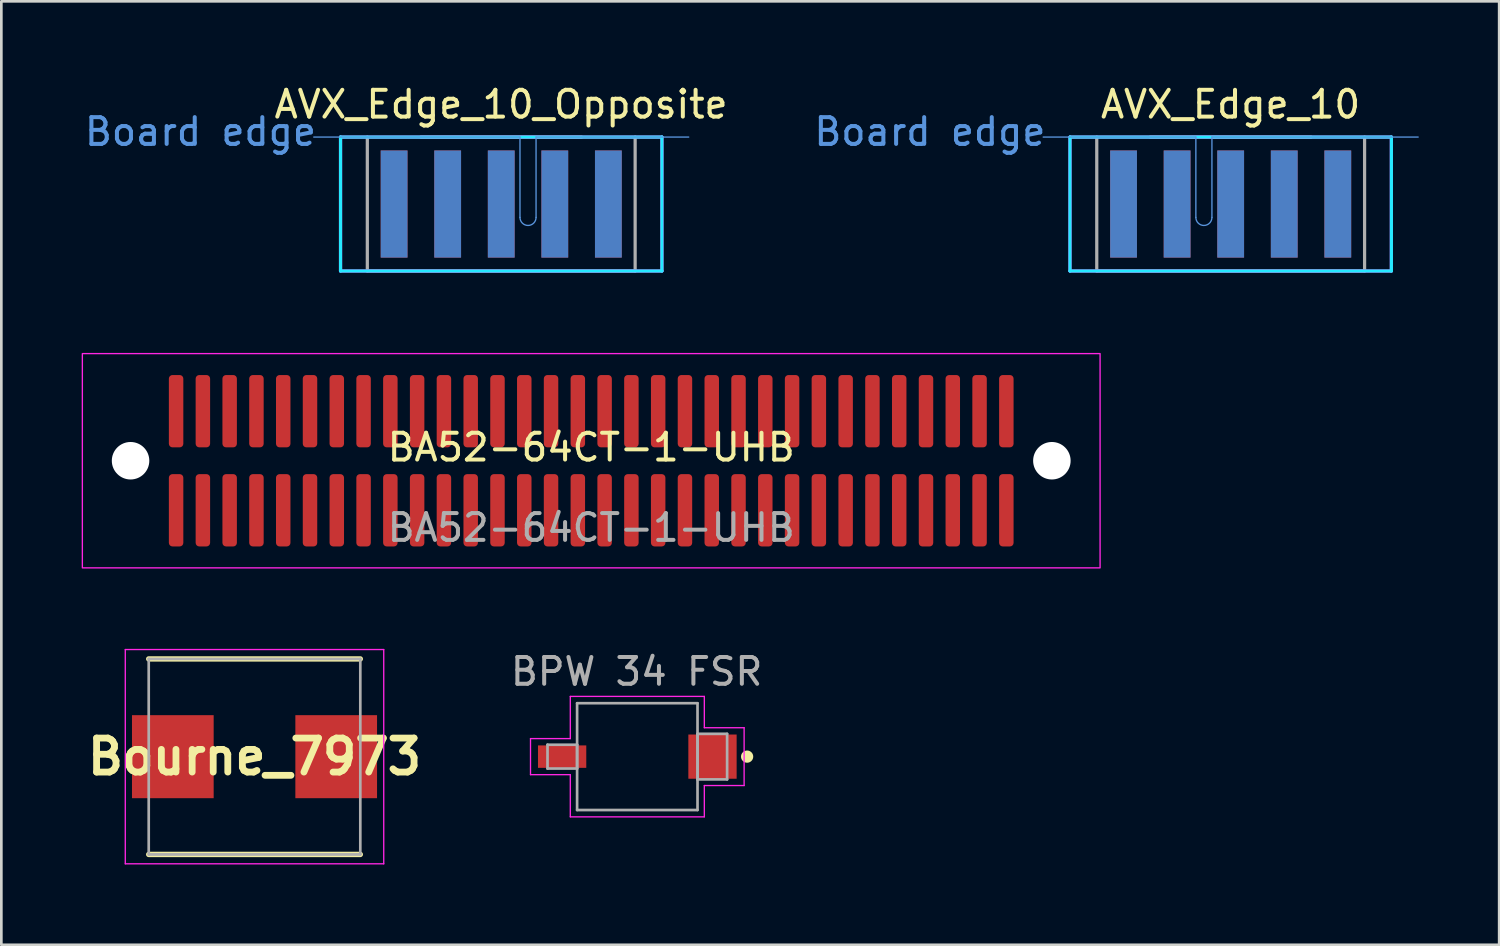
<source format=kicad_pcb>
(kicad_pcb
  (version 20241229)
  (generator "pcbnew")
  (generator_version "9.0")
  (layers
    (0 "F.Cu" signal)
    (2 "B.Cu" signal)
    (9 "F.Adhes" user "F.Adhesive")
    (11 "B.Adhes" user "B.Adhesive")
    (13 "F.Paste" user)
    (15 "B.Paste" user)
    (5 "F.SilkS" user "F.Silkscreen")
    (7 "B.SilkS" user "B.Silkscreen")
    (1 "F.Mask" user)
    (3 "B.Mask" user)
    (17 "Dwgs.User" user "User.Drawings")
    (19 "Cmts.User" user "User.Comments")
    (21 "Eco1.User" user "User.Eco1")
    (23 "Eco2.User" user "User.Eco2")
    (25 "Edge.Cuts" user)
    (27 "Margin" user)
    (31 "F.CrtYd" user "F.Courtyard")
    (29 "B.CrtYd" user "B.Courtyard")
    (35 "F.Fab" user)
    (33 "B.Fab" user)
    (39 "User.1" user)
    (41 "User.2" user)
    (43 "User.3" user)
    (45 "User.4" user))
  (footprint "AVX_Edge_10_Opposite"
    (layer "F.Cu")
    (at 15.665 4.568)
    (property "Reference" "AVX_Edge_10_Opposite" (at -0.005 -3.72 0) (layer "F.SilkS") (effects (font (size 1 1) (thickness 0.15))))
    (attr through_hole)
    (fp_line (start -7 -2.5) (end 0.7 -2.5) (stroke (width 0.05) (type solid)) (layer "Cmts.User"))
    (fp_line (start 0.7 -2.5) (end 0.7 0.5) (stroke (width 0.05) (type solid)) (layer "Cmts.User"))
    (fp_line (start 1.3 -2.5) (end 1.3 0.5) (stroke (width 0.05) (type solid)) (layer "Cmts.User"))
    (fp_line (start 1.3 -2.5) (end 7 -2.5) (stroke (width 0.05) (type solid)) (layer "Cmts.User"))
    (fp_arc (start 1.3 0.5) (mid 1 0.8) (end 0.7 0.5) (stroke (width 0.05) (type solid)) (layer "Cmts.User"))
    (fp_line (start -6 -2.5) (end 6 -2.5) (stroke (width 0.12) (type solid)) (layer "B.CrtYd"))
    (fp_line (start -6 2.5) (end -6 -2.5) (stroke (width 0.12) (type solid)) (layer "B.CrtYd"))
    (fp_line (start -6 2.5) (end 6 2.5) (stroke (width 0.12) (type solid)) (layer "B.CrtYd"))
    (fp_line (start 6 2.5) (end 6 -2.5) (stroke (width 0.12) (type solid)) (layer "B.CrtYd"))
    (fp_line (start -6 -2.5) (end 6 -2.5) (stroke (width 0.12) (type solid)) (layer "F.CrtYd"))
    (fp_line (start -6 2.5) (end -6 -2.5) (stroke (width 0.12) (type solid)) (layer "F.CrtYd"))
    (fp_line (start -6 2.5) (end 6 2.5) (stroke (width 0.12) (type solid)) (layer "F.CrtYd"))
    (fp_line (start 6 2.5) (end 6 -2.5) (stroke (width 0.12) (type solid)) (layer "F.CrtYd"))
    (fp_line (start -5 2.5) (end -5 -2.5) (stroke (width 0.12) (type solid)) (layer "F.Fab"))
    (fp_line (start -3 -2.5) (end 3 -2.5) (stroke (width 0.12) (type solid)) (layer "F.Fab"))
    (fp_line (start 5 -2.5) (end 5 2.5) (stroke (width 0.12) (type solid)) (layer "F.Fab"))
    (fp_line (start 5 2.5) (end -5 2.5) (stroke (width 0.12) (type solid)) (layer "F.Fab"))
    (fp_text user "Board edge" (at -11.23 -2.7 0) (layer "Cmts.User") (effects (font (size 1 1) (thickness 0.15))))
    (pad "1" connect rect (at 4 0) (size 1 4) (layers "F.Cu" "F.Mask"))
    (pad "2" connect rect (at 2 0) (size 1 4) (layers "F.Cu" "F.Mask"))
    (pad "3" connect rect (at 0 0) (size 1 4) (layers "F.Cu" "F.Mask"))
    (pad "4" connect rect (at -2 0) (size 1 4) (layers "F.Cu" "F.Mask"))
    (pad "5" connect rect (at -4 0) (size 1 4) (layers "F.Cu" "F.Mask"))
    (pad "6" connect rect (at 4 0) (size 1 4) (layers "B.Cu" "B.Mask"))
    (pad "7" connect rect (at 2 0) (size 1 4) (layers "B.Cu" "B.Mask"))
    (pad "8" connect rect (at 0 0) (size 1 4) (layers "B.Cu" "B.Mask"))
    (pad "9" connect rect (at -2 0) (size 1 4) (layers "B.Cu" "B.Mask"))
    (pad "10" connect rect (at -4 0) (size 1 4) (layers "B.Cu" "B.Mask")))
  (footprint "AVX_Edge_10"
    (layer "F.Cu")
    (at 42.901 4.568)
    (property "Reference" "AVX_Edge_10" (at -0.005 -3.72 0) (layer "F.SilkS") (effects (font (size 1 1) (thickness 0.15))))
    (attr through_hole)
    (fp_line (start -7 -2.5) (end -1.3 -2.5) (stroke (width 0.05) (type solid)) (layer "Cmts.User"))
    (fp_line (start -1.3 -2.5) (end -1.3 0.5) (stroke (width 0.05) (type solid)) (layer "Cmts.User"))
    (fp_line (start -0.7 -2.5) (end -0.7 0.5) (stroke (width 0.05) (type solid)) (layer "Cmts.User"))
    (fp_line (start -0.7 -2.5) (end 7 -2.5) (stroke (width 0.05) (type solid)) (layer "Cmts.User"))
    (fp_arc (start -0.7 0.5) (mid -1 0.8) (end -1.3 0.5) (stroke (width 0.05) (type solid)) (layer "Cmts.User"))
    (fp_line (start -6 -2.5) (end 6 -2.5) (stroke (width 0.12) (type solid)) (layer "B.CrtYd"))
    (fp_line (start -6 2.5) (end -6 -2.5) (stroke (width 0.12) (type solid)) (layer "B.CrtYd"))
    (fp_line (start -6 2.5) (end 6 2.5) (stroke (width 0.12) (type solid)) (layer "B.CrtYd"))
    (fp_line (start 6 2.5) (end 6 -2.5) (stroke (width 0.12) (type solid)) (layer "B.CrtYd"))
    (fp_line (start -6 -2.5) (end 6 -2.5) (stroke (width 0.12) (type solid)) (layer "F.CrtYd"))
    (fp_line (start -6 2.5) (end -6 -2.5) (stroke (width 0.12) (type solid)) (layer "F.CrtYd"))
    (fp_line (start -6 2.5) (end 6 2.5) (stroke (width 0.12) (type solid)) (layer "F.CrtYd"))
    (fp_line (start 6 2.5) (end 6 -2.5) (stroke (width 0.12) (type solid)) (layer "F.CrtYd"))
    (fp_line (start -5 2.5) (end -5 -2.5) (stroke (width 0.12) (type solid)) (layer "F.Fab"))
    (fp_line (start -3 -2.5) (end 3 -2.5) (stroke (width 0.12) (type solid)) (layer "F.Fab"))
    (fp_line (start 5 -2.5) (end 5 2.5) (stroke (width 0.12) (type solid)) (layer "F.Fab"))
    (fp_line (start 5 2.5) (end -5 2.5) (stroke (width 0.12) (type solid)) (layer "F.Fab"))
    (fp_text user "Board edge" (at -11.23 -2.7 0) (layer "Cmts.User") (effects (font (size 1 1) (thickness 0.15))))
    (pad "1" connect rect (at -4 0) (size 1 4) (layers "F.Cu" "F.Mask"))
    (pad "2" connect rect (at -2 0) (size 1 4) (layers "F.Cu" "F.Mask"))
    (pad "3" connect rect (at 0 0) (size 1 4) (layers "F.Cu" "F.Mask"))
    (pad "4" connect rect (at 2 0) (size 1 4) (layers "F.Cu" "F.Mask"))
    (pad "5" connect rect (at 4 0) (size 1 4) (layers "F.Cu" "F.Mask"))
    (pad "6" connect rect (at -4 0) (size 1 4) (layers "B.Cu" "B.Mask"))
    (pad "7" connect rect (at -2 0) (size 1 4) (layers "B.Cu" "B.Mask"))
    (pad "8" connect rect (at 0 0) (size 1 4) (layers "B.Cu" "B.Mask"))
    (pad "9" connect rect (at 2 0) (size 1 4) (layers "B.Cu" "B.Mask"))
    (pad "10" connect rect (at 4 0) (size 1 4) (layers "B.Cu" "B.Mask")))
  (footprint "Bourne_7973"
    (layer "F.Cu")
    (at 6.453 25.203)
    (property "Reference" "Bourne_7973" (at 0 0 0) (layer "F.SilkS") (effects (font (size 1.27 1.27) (thickness 0.254))))
    (attr smd)
    (fp_line (start -3.95 3.65) (end 3.95 3.65) (stroke (width 0.2) (type solid)) (layer "F.SilkS"))
    (fp_line (start 3.95 -3.65) (end -3.95 -3.65) (stroke (width 0.2) (type solid)) (layer "F.SilkS"))
    (fp_line (start -4.825 -4) (end 4.825 -4) (stroke (width 0.05) (type solid)) (layer "F.CrtYd"))
    (fp_line (start -4.825 4) (end -4.825 -4) (stroke (width 0.05) (type solid)) (layer "F.CrtYd"))
    (fp_line (start 4.825 -4) (end 4.825 4) (stroke (width 0.05) (type solid)) (layer "F.CrtYd"))
    (fp_line (start 4.825 4) (end -4.825 4) (stroke (width 0.05) (type solid)) (layer "F.CrtYd"))
    (fp_line (start -3.95 -3.65) (end 3.95 -3.65) (stroke (width 0.1) (type solid)) (layer "F.Fab"))
    (fp_line (start -3.95 3.65) (end -3.95 -3.65) (stroke (width 0.1) (type solid)) (layer "F.Fab"))
    (fp_line (start 3.95 -3.65) (end 3.95 3.65) (stroke (width 0.1) (type solid)) (layer "F.Fab"))
    (fp_line (start 3.95 3.65) (end -3.95 3.65) (stroke (width 0.1) (type solid)) (layer "F.Fab"))
    (pad "1" smd rect (at -3.05 0) (size 3.05 3.1) (layers "F.Cu" "F.Mask" "F.Paste"))
    (pad "2" smd rect (at 3.05 0) (size 3.05 3.1) (layers "F.Cu" "F.Mask" "F.Paste")))
  (footprint "BPW 34 FSR"
    (layer "F.Cu")
    (at 20.746 25.201)
    (property "Reference" "BPW 34 FSR" (at -0.025 -3.175 0) (layer "F.Fab") (effects (font (size 1 1) (thickness 0.15))))
    (attr smd)
    (fp_circle (center 4.1 0) (end 4.268 0) (stroke (width 0.12) (type solid)) (fill yes) (layer "F.SilkS"))
    (fp_line (start -3.988 -0.673) (end -2.502 -0.673) (stroke (width 0.05) (type solid)) (layer "F.CrtYd"))
    (fp_line (start -3.988 0.673) (end -3.988 -0.673) (stroke (width 0.05) (type solid)) (layer "F.CrtYd"))
    (fp_line (start -2.502 -2.248) (end 2.502 -2.248) (stroke (width 0.05) (type solid)) (layer "F.CrtYd"))
    (fp_line (start -2.502 -0.673) (end -2.502 -2.248) (stroke (width 0.05) (type solid)) (layer "F.CrtYd"))
    (fp_line (start -2.502 0.673) (end -3.988 0.673) (stroke (width 0.05) (type solid)) (layer "F.CrtYd"))
    (fp_line (start -2.502 2.248) (end -2.502 0.673) (stroke (width 0.05) (type solid)) (layer "F.CrtYd"))
    (fp_line (start 2.502 -2.248) (end 2.502 -1.079) (stroke (width 0.05) (type solid)) (layer "F.CrtYd"))
    (fp_line (start 2.502 -1.079) (end 3.988 -1.079) (stroke (width 0.05) (type solid)) (layer "F.CrtYd"))
    (fp_line (start 2.502 1.079) (end 2.502 2.248) (stroke (width 0.05) (type solid)) (layer "F.CrtYd"))
    (fp_line (start 2.502 2.248) (end -2.502 2.248) (stroke (width 0.05) (type solid)) (layer "F.CrtYd"))
    (fp_line (start 3.988 -1.079) (end 3.988 1.079) (stroke (width 0.05) (type solid)) (layer "F.CrtYd"))
    (fp_line (start 3.988 1.079) (end 2.502 1.079) (stroke (width 0.05) (type solid)) (layer "F.CrtYd"))
    (fp_line (start -3.353 -0.445) (end -3.353 0.445) (stroke (width 0.1) (type solid)) (layer "F.Fab"))
    (fp_line (start -3.353 0.445) (end -2.248 0.445) (stroke (width 0.1) (type solid)) (layer "F.Fab"))
    (fp_line (start -2.248 -1.994) (end -2.248 1.994) (stroke (width 0.1) (type solid)) (layer "F.Fab"))
    (fp_line (start -2.248 -0.445) (end -3.353 -0.445) (stroke (width 0.1) (type solid)) (layer "F.Fab"))
    (fp_line (start -2.248 0.445) (end -2.248 -0.445) (stroke (width 0.1) (type solid)) (layer "F.Fab"))
    (fp_line (start -2.248 1.994) (end 2.248 1.994) (stroke (width 0.1) (type solid)) (layer "F.Fab"))
    (fp_line (start 2.248 -1.994) (end -2.248 -1.994) (stroke (width 0.1) (type solid)) (layer "F.Fab"))
    (fp_line (start 2.248 -0.851) (end 2.248 0.851) (stroke (width 0.1) (type solid)) (layer "F.Fab"))
    (fp_line (start 2.248 0.851) (end 3.353 0.851) (stroke (width 0.1) (type solid)) (layer "F.Fab"))
    (fp_line (start 2.248 1.994) (end 2.248 -1.994) (stroke (width 0.1) (type solid)) (layer "F.Fab"))
    (fp_line (start 3.353 -0.851) (end 2.248 -0.851) (stroke (width 0.1) (type solid)) (layer "F.Fab"))
    (fp_line (start 3.353 0.851) (end 3.353 -0.851) (stroke (width 0.1) (type solid)) (layer "F.Fab"))
    (pad "1" smd rect (at 2.807 0) (size 1.803 1.651) (layers "F.Cu" "F.Mask" "F.Paste"))
    (pad "2" smd rect (at -2.807 0) (size 1.803 0.838) (layers "F.Cu" "F.Mask" "F.Paste")))
  (footprint "BA52-64CT-1-UHB"
    (layer "F.Cu")
    (at 19.025 14.153)
    (property "Reference" "BA52-64CT-1-UHB" (at 0 -0.5 0) (unlocked yes) (layer "F.SilkS") (effects (font (size 1 1) (thickness 0.15))))
    (attr smd)
    (fp_rect (start -19 -4) (end 19 4) (stroke (width 0.05) (type default)) (fill no) (layer "F.CrtYd"))
    (fp_text user "${REFERENCE}" (at 0 2.5 0) (unlocked yes) (layer "F.Fab") (effects (font (size 1 1) (thickness 0.15))))
    (pad "" np_thru_hole circle (at -17.2 0) (size 1.4 1.4) (drill 1.4) (layers "*.Cu" "*.Mask"))
    (pad "" np_thru_hole circle (at 17.2 0) (size 1.4 1.4) (drill 1.4) (layers "*.Cu" "*.Mask"))
    (pad "1" smd roundrect (at -15.5 -1.85) (size 0.54 2.7) (layers "F.Cu" "F.Mask" "F.Paste") (roundrect_rratio 0.25))
    (pad "2" smd roundrect (at -15.5 1.85) (size 0.54 2.7) (layers "F.Cu" "F.Mask" "F.Paste") (roundrect_rratio 0.25))
    (pad "3" smd roundrect (at -14.5 -1.85) (size 0.54 2.7) (layers "F.Cu" "F.Mask" "F.Paste") (roundrect_rratio 0.25))
    (pad "4" smd roundrect (at -14.5 1.85) (size 0.54 2.7) (layers "F.Cu" "F.Mask" "F.Paste") (roundrect_rratio 0.25))
    (pad "5" smd roundrect (at -13.5 -1.85) (size 0.54 2.7) (layers "F.Cu" "F.Mask" "F.Paste") (roundrect_rratio 0.25))
    (pad "6" smd roundrect (at -13.5 1.85) (size 0.54 2.7) (layers "F.Cu" "F.Mask" "F.Paste") (roundrect_rratio 0.25))
    (pad "7" smd roundrect (at -12.5 -1.85) (size 0.54 2.7) (layers "F.Cu" "F.Mask" "F.Paste") (roundrect_rratio 0.25))
    (pad "8" smd roundrect (at -12.5 1.85) (size 0.54 2.7) (layers "F.Cu" "F.Mask" "F.Paste") (roundrect_rratio 0.25))
    (pad "9" smd roundrect (at -11.5 -1.85) (size 0.54 2.7) (layers "F.Cu" "F.Mask" "F.Paste") (roundrect_rratio 0.25))
    (pad "10" smd roundrect (at -11.5 1.85) (size 0.54 2.7) (layers "F.Cu" "F.Mask" "F.Paste") (roundrect_rratio 0.25))
    (pad "11" smd roundrect (at -10.5 -1.85) (size 0.54 2.7) (layers "F.Cu" "F.Mask" "F.Paste") (roundrect_rratio 0.25))
    (pad "12" smd roundrect (at -10.5 1.85) (size 0.54 2.7) (layers "F.Cu" "F.Mask" "F.Paste") (roundrect_rratio 0.25))
    (pad "13" smd roundrect (at -9.5 -1.85) (size 0.54 2.7) (layers "F.Cu" "F.Mask" "F.Paste") (roundrect_rratio 0.25))
    (pad "14" smd roundrect (at -9.5 1.85) (size 0.54 2.7) (layers "F.Cu" "F.Mask" "F.Paste") (roundrect_rratio 0.25))
    (pad "15" smd roundrect (at -8.5 -1.85) (size 0.54 2.7) (layers "F.Cu" "F.Mask" "F.Paste") (roundrect_rratio 0.25))
    (pad "16" smd roundrect (at -8.5 1.85) (size 0.54 2.7) (layers "F.Cu" "F.Mask" "F.Paste") (roundrect_rratio 0.25))
    (pad "17" smd roundrect (at -7.5 -1.85) (size 0.54 2.7) (layers "F.Cu" "F.Mask" "F.Paste") (roundrect_rratio 0.25))
    (pad "18" smd roundrect (at -7.5 1.85) (size 0.54 2.7) (layers "F.Cu" "F.Mask" "F.Paste") (roundrect_rratio 0.25))
    (pad "19" smd roundrect (at -6.5 -1.85) (size 0.54 2.7) (layers "F.Cu" "F.Mask" "F.Paste") (roundrect_rratio 0.25))
    (pad "20" smd roundrect (at -6.5 1.85) (size 0.54 2.7) (layers "F.Cu" "F.Mask" "F.Paste") (roundrect_rratio 0.25))
    (pad "21" smd roundrect (at -5.5 -1.85) (size 0.54 2.7) (layers "F.Cu" "F.Mask" "F.Paste") (roundrect_rratio 0.25))
    (pad "22" smd roundrect (at -5.5 1.85) (size 0.54 2.7) (layers "F.Cu" "F.Mask" "F.Paste") (roundrect_rratio 0.25))
    (pad "23" smd roundrect (at -4.5 -1.85) (size 0.54 2.7) (layers "F.Cu" "F.Mask" "F.Paste") (roundrect_rratio 0.25))
    (pad "24" smd roundrect (at -4.5 1.85) (size 0.54 2.7) (layers "F.Cu" "F.Mask" "F.Paste") (roundrect_rratio 0.25))
    (pad "25" smd roundrect (at -3.5 -1.85) (size 0.54 2.7) (layers "F.Cu" "F.Mask" "F.Paste") (roundrect_rratio 0.25))
    (pad "26" smd roundrect (at -3.5 1.85) (size 0.54 2.7) (layers "F.Cu" "F.Mask" "F.Paste") (roundrect_rratio 0.25))
    (pad "27" smd roundrect (at -2.5 -1.85) (size 0.54 2.7) (layers "F.Cu" "F.Mask" "F.Paste") (roundrect_rratio 0.25))
    (pad "28" smd roundrect (at -2.5 1.85) (size 0.54 2.7) (layers "F.Cu" "F.Mask" "F.Paste") (roundrect_rratio 0.25))
    (pad "29" smd roundrect (at -1.5 -1.85) (size 0.54 2.7) (layers "F.Cu" "F.Mask" "F.Paste") (roundrect_rratio 0.25))
    (pad "30" smd roundrect (at -1.5 1.85) (size 0.54 2.7) (layers "F.Cu" "F.Mask" "F.Paste") (roundrect_rratio 0.25))
    (pad "31" smd roundrect (at -0.5 -1.85) (size 0.54 2.7) (layers "F.Cu" "F.Mask" "F.Paste") (roundrect_rratio 0.25))
    (pad "32" smd roundrect (at -0.5 1.85) (size 0.54 2.7) (layers "F.Cu" "F.Mask" "F.Paste") (roundrect_rratio 0.25))
    (pad "33" smd roundrect (at 0.5 -1.85) (size 0.54 2.7) (layers "F.Cu" "F.Mask" "F.Paste") (roundrect_rratio 0.25))
    (pad "34" smd roundrect (at 0.5 1.85) (size 0.54 2.7) (layers "F.Cu" "F.Mask" "F.Paste") (roundrect_rratio 0.25))
    (pad "35" smd roundrect (at 1.5 -1.85) (size 0.54 2.7) (layers "F.Cu" "F.Mask" "F.Paste") (roundrect_rratio 0.25))
    (pad "36" smd roundrect (at 1.5 1.85) (size 0.54 2.7) (layers "F.Cu" "F.Mask" "F.Paste") (roundrect_rratio 0.25))
    (pad "37" smd roundrect (at 2.5 -1.85) (size 0.54 2.7) (layers "F.Cu" "F.Mask" "F.Paste") (roundrect_rratio 0.25))
    (pad "38" smd roundrect (at 2.5 1.85) (size 0.54 2.7) (layers "F.Cu" "F.Mask" "F.Paste") (roundrect_rratio 0.25))
    (pad "39" smd roundrect (at 3.5 -1.85) (size 0.54 2.7) (layers "F.Cu" "F.Mask" "F.Paste") (roundrect_rratio 0.25))
    (pad "40" smd roundrect (at 3.5 1.85) (size 0.54 2.7) (layers "F.Cu" "F.Mask" "F.Paste") (roundrect_rratio 0.25))
    (pad "41" smd roundrect (at 4.5 -1.85) (size 0.54 2.7) (layers "F.Cu" "F.Mask" "F.Paste") (roundrect_rratio 0.25))
    (pad "42" smd roundrect (at 4.5 1.85) (size 0.54 2.7) (layers "F.Cu" "F.Mask" "F.Paste") (roundrect_rratio 0.25))
    (pad "43" smd roundrect (at 5.5 -1.85) (size 0.54 2.7) (layers "F.Cu" "F.Mask" "F.Paste") (roundrect_rratio 0.25))
    (pad "44" smd roundrect (at 5.5 1.85) (size 0.54 2.7) (layers "F.Cu" "F.Mask" "F.Paste") (roundrect_rratio 0.25))
    (pad "45" smd roundrect (at 6.5 -1.85) (size 0.54 2.7) (layers "F.Cu" "F.Mask" "F.Paste") (roundrect_rratio 0.25))
    (pad "46" smd roundrect (at 6.5 1.85) (size 0.54 2.7) (layers "F.Cu" "F.Mask" "F.Paste") (roundrect_rratio 0.25))
    (pad "47" smd roundrect (at 7.5 -1.85) (size 0.54 2.7) (layers "F.Cu" "F.Mask" "F.Paste") (roundrect_rratio 0.25))
    (pad "48" smd roundrect (at 7.5 1.85) (size 0.54 2.7) (layers "F.Cu" "F.Mask" "F.Paste") (roundrect_rratio 0.25))
    (pad "49" smd roundrect (at 8.5 -1.85) (size 0.54 2.7) (layers "F.Cu" "F.Mask" "F.Paste") (roundrect_rratio 0.25))
    (pad "50" smd roundrect (at 8.5 1.85) (size 0.54 2.7) (layers "F.Cu" "F.Mask" "F.Paste") (roundrect_rratio 0.25))
    (pad "51" smd roundrect (at 9.5 -1.85) (size 0.54 2.7) (layers "F.Cu" "F.Mask" "F.Paste") (roundrect_rratio 0.25))
    (pad "52" smd roundrect (at 9.5 1.85) (size 0.54 2.7) (layers "F.Cu" "F.Mask" "F.Paste") (roundrect_rratio 0.25))
    (pad "53" smd roundrect (at 10.5 -1.85) (size 0.54 2.7) (layers "F.Cu" "F.Mask" "F.Paste") (roundrect_rratio 0.25))
    (pad "54" smd roundrect (at 10.5 1.85) (size 0.54 2.7) (layers "F.Cu" "F.Mask" "F.Paste") (roundrect_rratio 0.25))
    (pad "55" smd roundrect (at 11.5 -1.85) (size 0.54 2.7) (layers "F.Cu" "F.Mask" "F.Paste") (roundrect_rratio 0.25))
    (pad "56" smd roundrect (at 11.5 1.85) (size 0.54 2.7) (layers "F.Cu" "F.Mask" "F.Paste") (roundrect_rratio 0.25))
    (pad "57" smd roundrect (at 12.5 -1.85) (size 0.54 2.7) (layers "F.Cu" "F.Mask" "F.Paste") (roundrect_rratio 0.25))
    (pad "58" smd roundrect (at 12.5 1.85) (size 0.54 2.7) (layers "F.Cu" "F.Mask" "F.Paste") (roundrect_rratio 0.25))
    (pad "59" smd roundrect (at 13.5 -1.85) (size 0.54 2.7) (layers "F.Cu" "F.Mask" "F.Paste") (roundrect_rratio 0.25))
    (pad "60" smd roundrect (at 13.5 1.85) (size 0.54 2.7) (layers "F.Cu" "F.Mask" "F.Paste") (roundrect_rratio 0.25))
    (pad "61" smd roundrect (at 14.5 -1.85) (size 0.54 2.7) (layers "F.Cu" "F.Mask" "F.Paste") (roundrect_rratio 0.25))
    (pad "62" smd roundrect (at 14.5 1.85) (size 0.54 2.7) (layers "F.Cu" "F.Mask" "F.Paste") (roundrect_rratio 0.25))
    (pad "63" smd roundrect (at 15.5 -1.85) (size 0.54 2.7) (layers "F.Cu" "F.Mask" "F.Paste") (roundrect_rratio 0.25))
    (pad "64" smd roundrect (at 15.5 1.85) (size 0.54 2.7) (layers "F.Cu" "F.Mask" "F.Paste") (roundrect_rratio 0.25)))
  (gr_rect
    (start -3 -3)
    (end 52.926 32.228)
    (stroke (width 0.1) (type default))
    (fill no)
    (layer "Edge.Cuts")))
</source>
